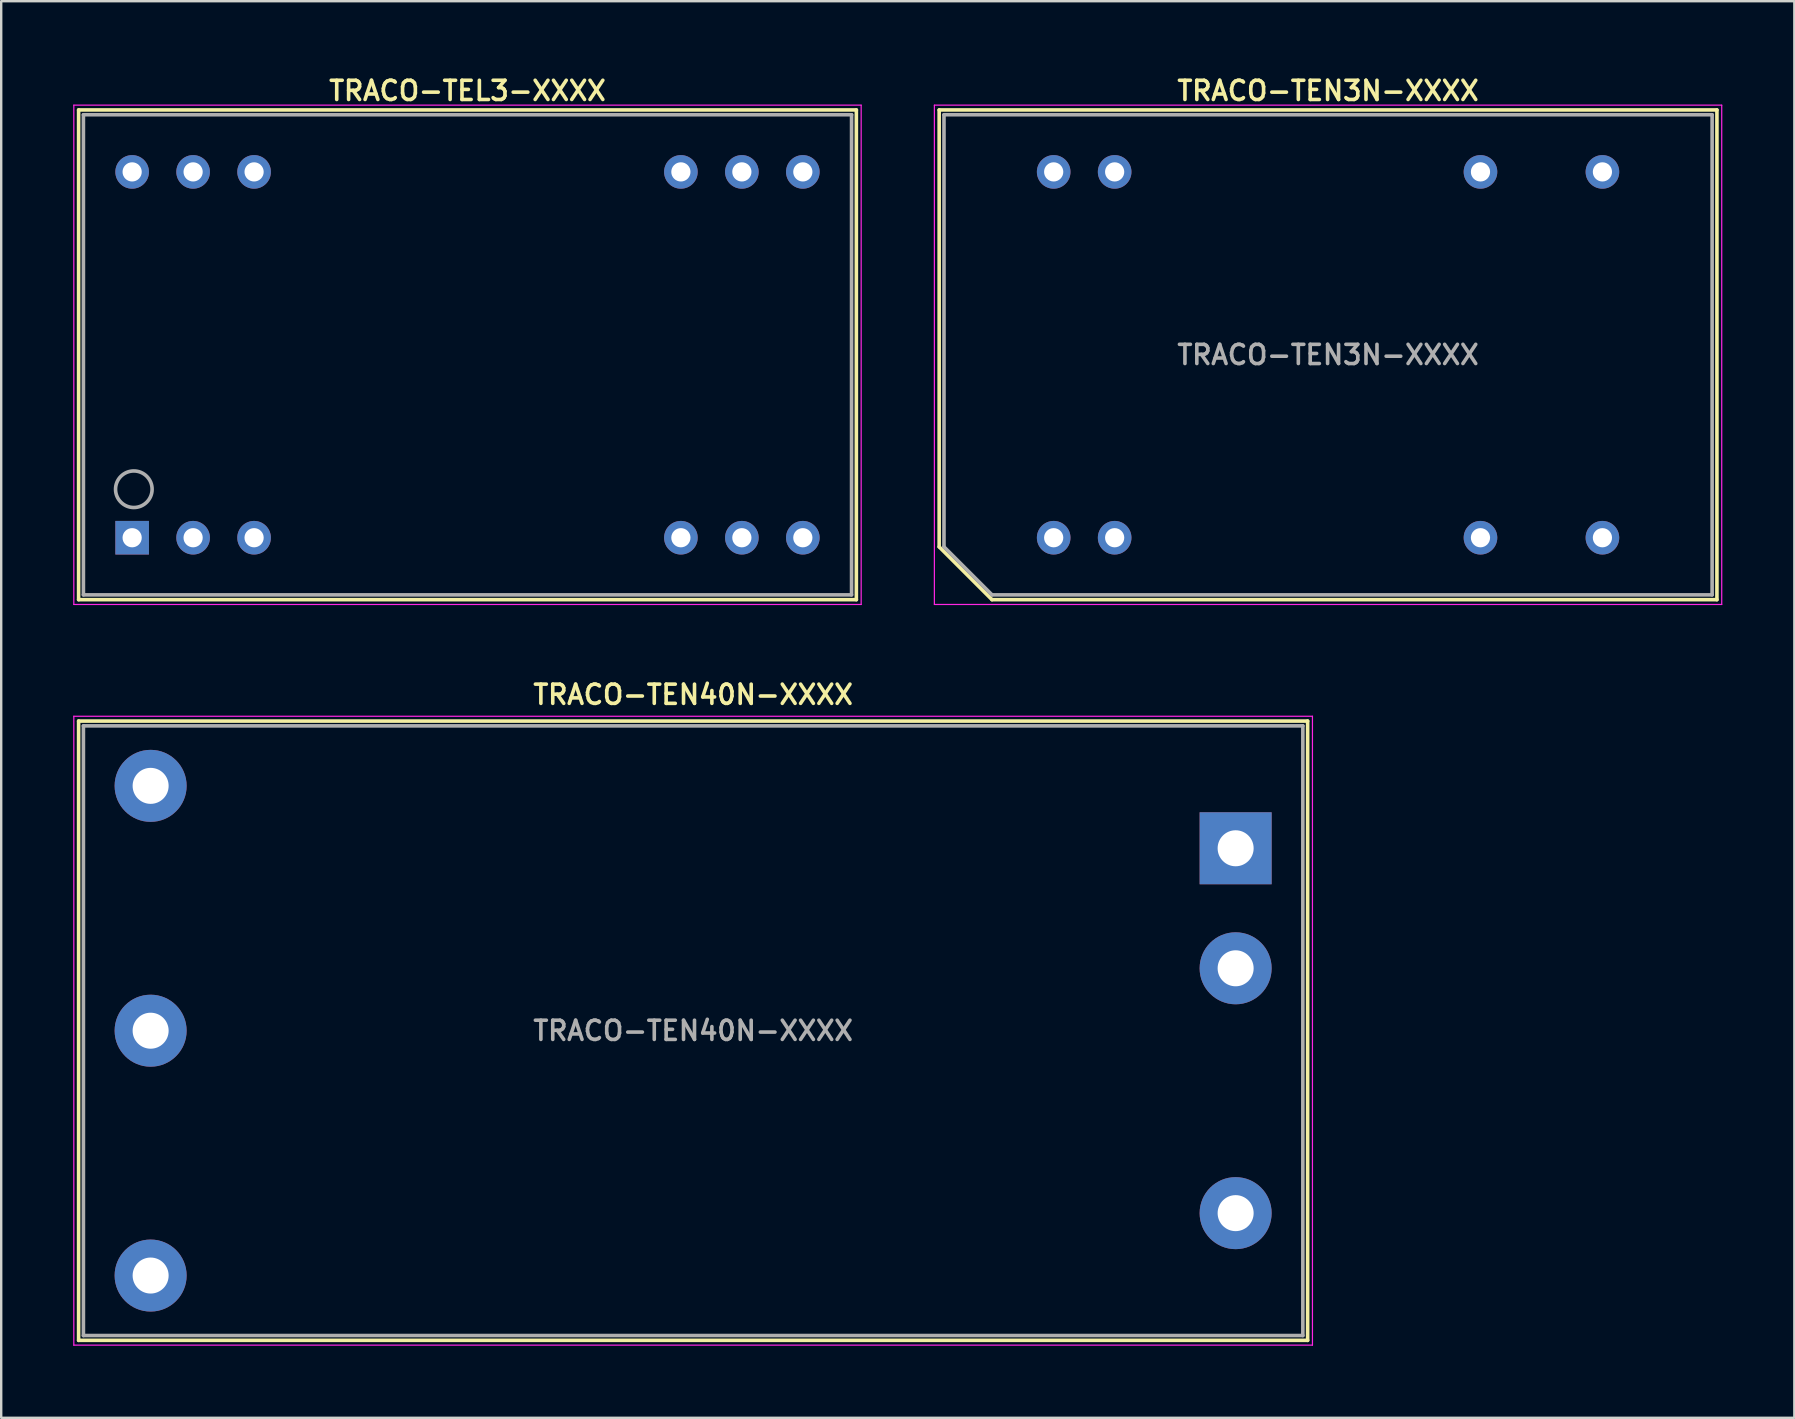
<source format=kicad_pcb>
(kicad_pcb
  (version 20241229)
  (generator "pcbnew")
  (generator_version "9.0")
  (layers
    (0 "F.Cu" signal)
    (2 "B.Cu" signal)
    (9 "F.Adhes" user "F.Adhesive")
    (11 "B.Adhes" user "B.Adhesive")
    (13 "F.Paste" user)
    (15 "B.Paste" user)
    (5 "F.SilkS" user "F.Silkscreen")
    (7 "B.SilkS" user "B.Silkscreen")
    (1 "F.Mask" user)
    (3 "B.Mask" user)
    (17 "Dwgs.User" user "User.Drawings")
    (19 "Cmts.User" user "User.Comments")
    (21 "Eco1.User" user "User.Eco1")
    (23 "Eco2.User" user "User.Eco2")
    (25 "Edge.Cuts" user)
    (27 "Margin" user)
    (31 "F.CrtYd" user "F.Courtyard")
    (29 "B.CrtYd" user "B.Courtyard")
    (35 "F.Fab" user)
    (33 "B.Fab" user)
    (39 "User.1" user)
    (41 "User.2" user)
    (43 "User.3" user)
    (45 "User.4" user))
  (footprint "TRACO-TEL3-XXXX"
    (layer "F.Cu")
    (at 16.425 11.731)
    (property "Reference" "TRACO-TEL3-XXXX" (at 0 -11 0) (layer "F.SilkS") (effects (font (size 0.8 0.8) (thickness 0.15))))
    (attr through_hole)
    (fp_line (start -16.2 -10.2) (end -16.2 10.2) (stroke (width 0.15) (type solid)) (layer "F.SilkS"))
    (fp_line (start -16.2 10.2) (end 16.2 10.2) (stroke (width 0.15) (type solid)) (layer "F.SilkS"))
    (fp_line (start 16.2 -10.2) (end -16.2 -10.2) (stroke (width 0.15) (type solid)) (layer "F.SilkS"))
    (fp_line (start 16.2 -10.2) (end 16.2 10.2) (stroke (width 0.15) (type solid)) (layer "F.SilkS"))
    (fp_line (start -16.4 -10.4) (end 16.4 -10.4) (stroke (width 0.05) (type solid)) (layer "F.CrtYd"))
    (fp_line (start -16.4 10.4) (end -16.4 -10.4) (stroke (width 0.05) (type solid)) (layer "F.CrtYd"))
    (fp_line (start 16.4 -10.4) (end 16.4 10.4) (stroke (width 0.05) (type solid)) (layer "F.CrtYd"))
    (fp_line (start 16.4 10.4) (end -16.4 10.4) (stroke (width 0.05) (type solid)) (layer "F.CrtYd"))
    (fp_line (start -16 -10) (end 16 -10) (stroke (width 0.15) (type solid)) (layer "F.Fab"))
    (fp_line (start -16 10) (end -16 -10) (stroke (width 0.15) (type solid)) (layer "F.Fab"))
    (fp_line (start 16 -10) (end 16 10) (stroke (width 0.15) (type solid)) (layer "F.Fab"))
    (fp_line (start 16 10) (end -16 10) (stroke (width 0.15) (type solid)) (layer "F.Fab"))
    (fp_circle (center -13.97 -7.62) (end -13.72 -7.62) (stroke (width 0.15) (type solid)) (fill no) (layer "F.Fab"))
    (fp_circle (center -13.97 7.62) (end -13.72 7.62) (stroke (width 0.15) (type solid)) (fill no) (layer "F.Fab"))
    (fp_circle (center -13.9 5.6) (end -13.6 6.3) (stroke (width 0.15) (type solid)) (fill no) (layer "F.Fab"))
    (fp_circle (center -11.43 -7.62) (end -11.18 -7.62) (stroke (width 0.15) (type solid)) (fill no) (layer "F.Fab"))
    (fp_circle (center -11.43 7.62) (end -11.18 7.62) (stroke (width 0.15) (type solid)) (fill no) (layer "F.Fab"))
    (fp_circle (center -8.89 -7.62) (end -8.64 -7.62) (stroke (width 0.15) (type solid)) (fill no) (layer "F.Fab"))
    (fp_circle (center -8.89 7.62) (end -8.64 7.62) (stroke (width 0.15) (type solid)) (fill no) (layer "F.Fab"))
    (fp_circle (center 8.89 -7.62) (end 9.14 -7.62) (stroke (width 0.15) (type solid)) (fill no) (layer "F.Fab"))
    (fp_circle (center 8.89 7.62) (end 9.14 7.62) (stroke (width 0.15) (type solid)) (fill no) (layer "F.Fab"))
    (fp_circle (center 11.43 -7.62) (end 11.68 -7.62) (stroke (width 0.15) (type solid)) (fill no) (layer "F.Fab"))
    (fp_circle (center 11.43 7.62) (end 11.68 7.62) (stroke (width 0.15) (type solid)) (fill no) (layer "F.Fab"))
    (fp_circle (center 13.97 -7.62) (end 14.22 -7.62) (stroke (width 0.15) (type solid)) (fill no) (layer "F.Fab"))
    (fp_circle (center 13.97 7.62) (end 14.22 7.62) (stroke (width 0.15) (type solid)) (fill no) (layer "F.Fab"))
    (pad "1" thru_hole rect (at -13.97 7.62) (size 1.4 1.4) (drill 0.8) (layers "*.Cu" "*.Mask"))
    (pad "2" thru_hole circle (at -11.43 7.62) (size 1.4 1.4) (drill 0.8) (layers "*.Cu" "*.Mask"))
    (pad "3" thru_hole circle (at -8.89 7.62) (size 1.4 1.4) (drill 0.8) (layers "*.Cu" "*.Mask"))
    (pad "10" thru_hole circle (at 8.89 7.62) (size 1.4 1.4) (drill 0.8) (layers "*.Cu" "*.Mask"))
    (pad "11" thru_hole circle (at 11.43 7.62) (size 1.4 1.4) (drill 0.8) (layers "*.Cu" "*.Mask"))
    (pad "12" thru_hole circle (at 13.97 7.62) (size 1.4 1.4) (drill 0.8) (layers "*.Cu" "*.Mask"))
    (pad "13" thru_hole circle (at 13.97 -7.62) (size 1.4 1.4) (drill 0.8) (layers "*.Cu" "*.Mask"))
    (pad "14" thru_hole circle (at 11.43 -7.62) (size 1.4 1.4) (drill 0.8) (layers "*.Cu" "*.Mask"))
    (pad "15" thru_hole circle (at 8.89 -7.62) (size 1.4 1.4) (drill 0.8) (layers "*.Cu" "*.Mask"))
    (pad "22" thru_hole circle (at -8.89 -7.62) (size 1.4 1.4) (drill 0.8) (layers "*.Cu" "*.Mask"))
    (pad "23" thru_hole circle (at -11.43 -7.62) (size 1.4 1.4) (drill 0.8) (layers "*.Cu" "*.Mask"))
    (pad "24" thru_hole circle (at -13.97 -7.62) (size 1.4 1.4) (drill 0.8) (layers "*.Cu" "*.Mask")))
  (footprint "TRACO-TEN40N-XXXX"
    (layer "F.Cu")
    (at 25.825 39.888)
    (property "Reference" "TRACO-TEN40N-XXXX" (at 0 -14 0) (layer "F.SilkS") (effects (font (size 0.8 0.8) (thickness 0.15))))
    (attr through_hole)
    (fp_line (start -25.6 -12.9) (end -25.6 12.9) (stroke (width 0.15) (type solid)) (layer "F.SilkS"))
    (fp_line (start -25.6 12.9) (end 25.6 12.9) (stroke (width 0.15) (type solid)) (layer "F.SilkS"))
    (fp_line (start 25.6 -12.9) (end -25.6 -12.9) (stroke (width 0.15) (type solid)) (layer "F.SilkS"))
    (fp_line (start 25.6 -12.9) (end 25.6 12.9) (stroke (width 0.15) (type solid)) (layer "F.SilkS"))
    (fp_line (start -25.8 -13.1) (end 25.8 -13.1) (stroke (width 0.05) (type solid)) (layer "F.CrtYd"))
    (fp_line (start -25.8 13.1) (end -25.8 -13.1) (stroke (width 0.05) (type solid)) (layer "F.CrtYd"))
    (fp_line (start 25.8 -13.1) (end 25.8 13.1) (stroke (width 0.05) (type solid)) (layer "F.CrtYd"))
    (fp_line (start 25.8 13.1) (end -25.8 13.1) (stroke (width 0.05) (type solid)) (layer "F.CrtYd"))
    (fp_line (start -25.4 -12.7) (end 25.4 -12.7) (stroke (width 0.15) (type solid)) (layer "F.Fab"))
    (fp_line (start -25.4 12.7) (end -25.4 -12.7) (stroke (width 0.15) (type solid)) (layer "F.Fab"))
    (fp_line (start 25.4 -12.7) (end 25.4 12.7) (stroke (width 0.15) (type solid)) (layer "F.Fab"))
    (fp_line (start 25.4 12.7) (end -25.4 12.7) (stroke (width 0.15) (type solid)) (layer "F.Fab"))
    (fp_circle (center -22.6 -10.2) (end -22.1 -10.2) (stroke (width 0.1) (type solid)) (fill no) (layer "F.Fab"))
    (fp_circle (center -22.6 0) (end -22.1 0) (stroke (width 0.1) (type solid)) (fill no) (layer "F.Fab"))
    (fp_circle (center -22.6 10.2) (end -22.1 10.2) (stroke (width 0.1) (type solid)) (fill no) (layer "F.Fab"))
    (fp_circle (center 22.6 -7.6) (end 23.1 -7.6) (stroke (width 0.1) (type solid)) (fill no) (layer "F.Fab"))
    (fp_circle (center 22.6 -2.6) (end 23.1 -2.6) (stroke (width 0.1) (type solid)) (fill no) (layer "F.Fab"))
    (fp_circle (center 22.6 7.6) (end 23.1 7.6) (stroke (width 0.1) (type solid)) (fill no) (layer "F.Fab"))
    (fp_text user "${REFERENCE}" (at 0 0 0) (layer "F.Fab") (effects (font (size 0.8 0.8) (thickness 0.15))))
    (pad "1" thru_hole rect (at 22.6 -7.6) (size 3 3) (drill 1.5) (layers "*.Cu" "*.Mask"))
    (pad "2" thru_hole circle (at 22.6 -2.6) (size 3 3) (drill 1.5) (layers "*.Cu" "*.Mask"))
    (pad "3" thru_hole circle (at 22.6 7.6) (size 3 3) (drill 1.5) (layers "*.Cu" "*.Mask"))
    (pad "4" thru_hole circle (at -22.6 -10.2) (size 3 3) (drill 1.5) (layers "*.Cu" "*.Mask"))
    (pad "5" thru_hole circle (at -22.6 0) (size 3 3) (drill 1.5) (layers "*.Cu" "*.Mask"))
    (pad "6" thru_hole circle (at -22.6 10.2) (size 3 3) (drill 1.5) (layers "*.Cu" "*.Mask")))
  (footprint "TRACO-TEN3N-XXXX"
    (layer "F.Cu")
    (at 52.275 11.731)
    (property "Reference" "TRACO-TEN3N-XXXX" (at 0 -11 0) (layer "F.SilkS") (effects (font (size 0.8 0.8) (thickness 0.15))))
    (attr through_hole)
    (fp_line (start -16.2 -10.2) (end -16.2 8) (stroke (width 0.15) (type solid)) (layer "F.SilkS"))
    (fp_line (start -14 10.2) (end -16.2 8) (stroke (width 0.15) (type solid)) (layer "F.SilkS"))
    (fp_line (start -14 10.2) (end 16.2 10.2) (stroke (width 0.15) (type solid)) (layer "F.SilkS"))
    (fp_line (start 16.2 -10.2) (end -16.2 -10.2) (stroke (width 0.15) (type solid)) (layer "F.SilkS"))
    (fp_line (start 16.2 -10.2) (end 16.2 10.2) (stroke (width 0.15) (type solid)) (layer "F.SilkS"))
    (fp_line (start -16.4 -10.4) (end 16.4 -10.4) (stroke (width 0.05) (type solid)) (layer "F.CrtYd"))
    (fp_line (start -16.4 10.4) (end -16.4 -10.4) (stroke (width 0.05) (type solid)) (layer "F.CrtYd"))
    (fp_line (start 16.4 -10.4) (end 16.4 10.4) (stroke (width 0.05) (type solid)) (layer "F.CrtYd"))
    (fp_line (start 16.4 10.4) (end -16.4 10.4) (stroke (width 0.05) (type solid)) (layer "F.CrtYd"))
    (fp_line (start -16 -10) (end 16 -10) (stroke (width 0.15) (type solid)) (layer "F.Fab"))
    (fp_line (start -16 8) (end -16 -10) (stroke (width 0.15) (type solid)) (layer "F.Fab"))
    (fp_line (start -14 10) (end -16 8) (stroke (width 0.15) (type solid)) (layer "F.Fab"))
    (fp_line (start 16 -10) (end 16 10) (stroke (width 0.15) (type solid)) (layer "F.Fab"))
    (fp_line (start 16 10) (end -14 10) (stroke (width 0.15) (type solid)) (layer "F.Fab"))
    (fp_circle (center -11.43 -7.62) (end -11.18 -7.62) (stroke (width 0.15) (type solid)) (fill no) (layer "F.Fab"))
    (fp_circle (center -11.43 7.62) (end -11.18 7.62) (stroke (width 0.15) (type solid)) (fill no) (layer "F.Fab"))
    (fp_circle (center -8.89 -7.62) (end -8.64 -7.62) (stroke (width 0.15) (type solid)) (fill no) (layer "F.Fab"))
    (fp_circle (center -8.89 7.62) (end -8.64 7.62) (stroke (width 0.15) (type solid)) (fill no) (layer "F.Fab"))
    (fp_circle (center 6.35 -7.62) (end 6.6 -7.8) (stroke (width 0.15) (type solid)) (fill no) (layer "F.Fab"))
    (fp_circle (center 6.35 7.62) (end 6.6 7.5) (stroke (width 0.15) (type solid)) (fill no) (layer "F.Fab"))
    (fp_circle (center 11.43 -7.62) (end 11.68 -7.62) (stroke (width 0.15) (type solid)) (fill no) (layer "F.Fab"))
    (fp_circle (center 11.43 7.62) (end 11.68 7.62) (stroke (width 0.15) (type solid)) (fill no) (layer "F.Fab"))
    (fp_text user "${REFERENCE}" (at 0 0 0) (layer "F.Fab") (effects (font (size 0.8 0.8) (thickness 0.15))))
    (pad "2" thru_hole circle (at -11.43 7.62) (size 1.4 1.4) (drill 0.8) (layers "*.Cu" "*.Mask"))
    (pad "3" thru_hole circle (at -8.89 7.62) (size 1.4 1.4) (drill 0.8) (layers "*.Cu" "*.Mask"))
    (pad "9" thru_hole circle (at 6.35 7.62) (size 1.4 1.4) (drill 0.8) (layers "*.Cu" "*.Mask"))
    (pad "11" thru_hole circle (at 11.43 7.62) (size 1.4 1.4) (drill 0.8) (layers "*.Cu" "*.Mask"))
    (pad "14" thru_hole circle (at 11.43 -7.62) (size 1.4 1.4) (drill 0.8) (layers "*.Cu" "*.Mask"))
    (pad "16" thru_hole circle (at 6.35 -7.62) (size 1.4 1.4) (drill 0.8) (layers "*.Cu" "*.Mask"))
    (pad "22" thru_hole circle (at -8.89 -7.62) (size 1.4 1.4) (drill 0.8) (layers "*.Cu" "*.Mask"))
    (pad "23" thru_hole circle (at -11.43 -7.62) (size 1.4 1.4) (drill 0.8) (layers "*.Cu" "*.Mask")))
  (gr_rect
    (start -3 -3)
    (end 71.7 56.013)
    (stroke (width 0.1) (type default))
    (fill no)
    (layer "Edge.Cuts")))
</source>
